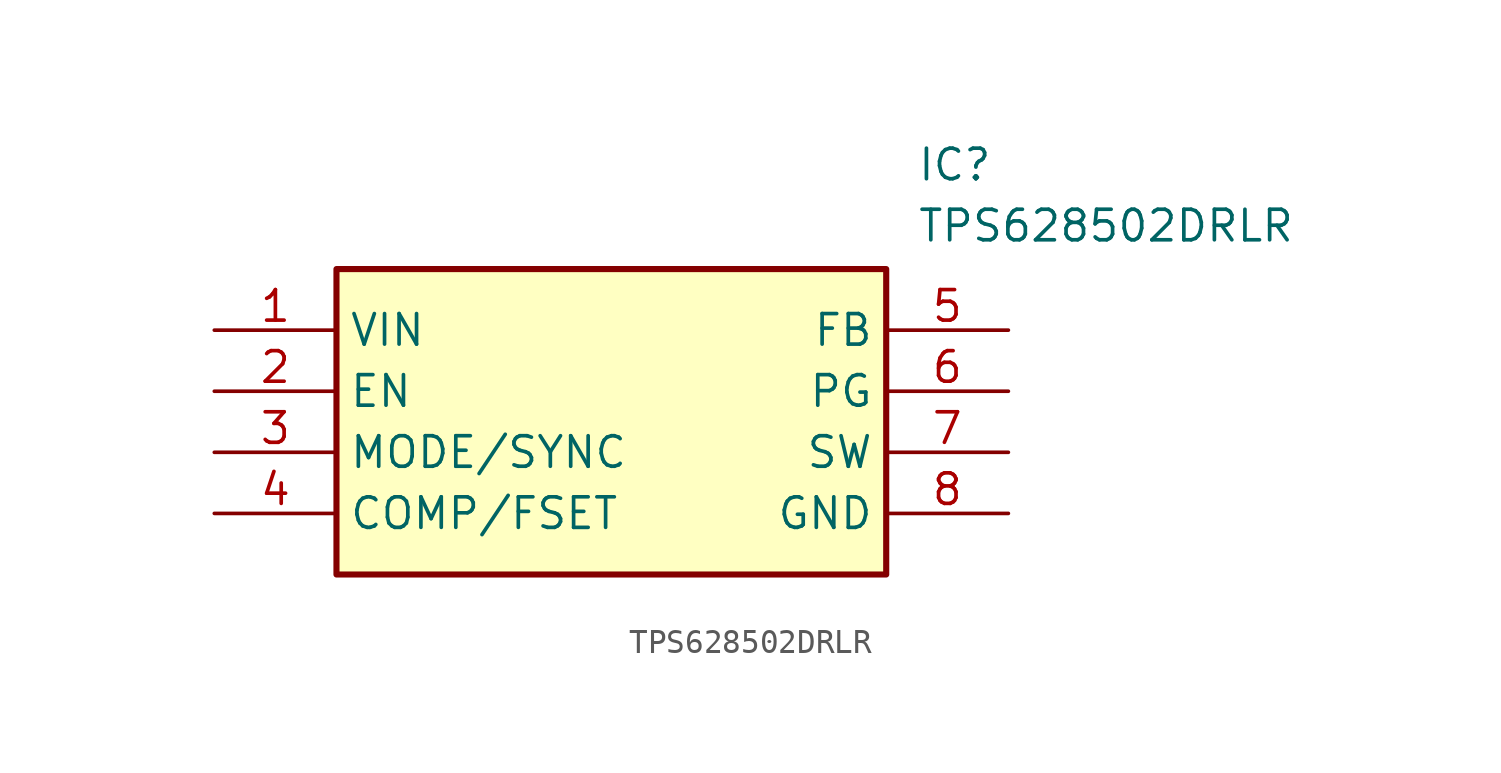
<source format=kicad_sym>
(kicad_symbol_lib
  (version 20211014)
  (generator SamacSys_ECAD_Model)
  (symbol "TPS628502DRLR"
    (property "Reference" "IC"
      (at 29.21 7.62 0)
      (effects (font (size 1.27 1.27)) (justify left top)))
    (property "Value" "TPS628502DRLR"
      (at 29.21 5.08 0)
      (effects (font (size 1.27 1.27)) (justify left top)))
    (rectangle
      (start 5.08 2.54)
      (end 27.94 -10.16)
      (stroke (width 0.254) (type default))
      (fill (type background)))
    (pin passive line
      (at 0 0 0)
      (length 5.08)
      (name "VIN" (effects (font (size 1.27 1.27))))
      (number "1" (effects (font (size 1.27 1.27)))))
    (pin passive line
      (at 0 -2.54 0)
      (length 5.08)
      (name "EN" (effects (font (size 1.27 1.27))))
      (number "2" (effects (font (size 1.27 1.27)))))
    (pin passive line
      (at 0 -5.08 0)
      (length 5.08)
      (name "MODE/SYNC" (effects (font (size 1.27 1.27))))
      (number "3" (effects (font (size 1.27 1.27)))))
    (pin passive line
      (at 0 -7.62 0)
      (length 5.08)
      (name "COMP/FSET" (effects (font (size 1.27 1.27))))
      (number "4" (effects (font (size 1.27 1.27)))))
    (pin passive line
      (at 33.02 0 180)
      (length 5.08)
      (name "FB" (effects (font (size 1.27 1.27))))
      (number "5" (effects (font (size 1.27 1.27)))))
    (pin passive line
      (at 33.02 -2.54 180)
      (length 5.08)
      (name "PG" (effects (font (size 1.27 1.27))))
      (number "6" (effects (font (size 1.27 1.27)))))
    (pin passive line
      (at 33.02 -5.08 180)
      (length 5.08)
      (name "SW" (effects (font (size 1.27 1.27))))
      (number "7" (effects (font (size 1.27 1.27)))))
    (pin passive line
      (at 33.02 -7.62 180)
      (length 5.08)
      (name "GND" (effects (font (size 1.27 1.27))))
      (number "8" (effects (font (size 1.27 1.27)))))))
</source>
